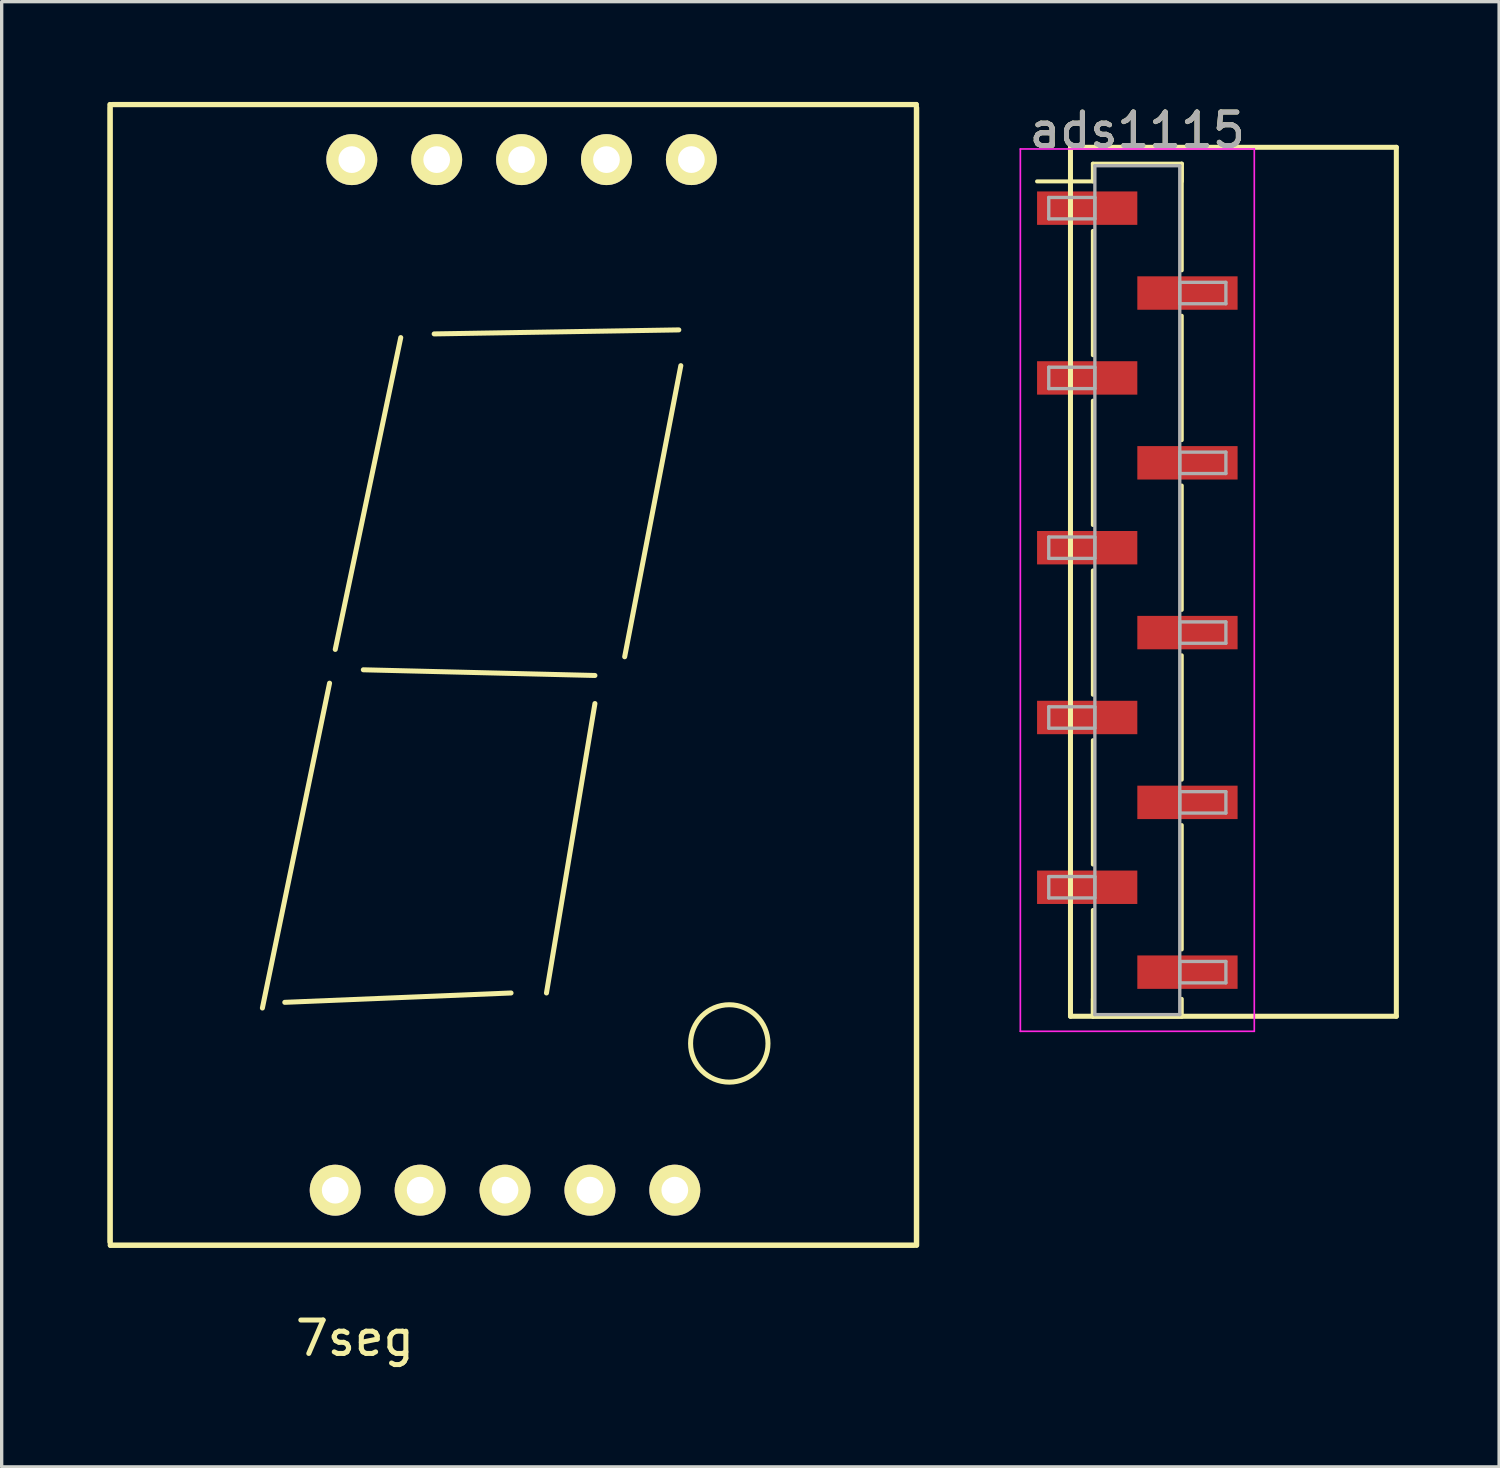
<source format=kicad_pcb>
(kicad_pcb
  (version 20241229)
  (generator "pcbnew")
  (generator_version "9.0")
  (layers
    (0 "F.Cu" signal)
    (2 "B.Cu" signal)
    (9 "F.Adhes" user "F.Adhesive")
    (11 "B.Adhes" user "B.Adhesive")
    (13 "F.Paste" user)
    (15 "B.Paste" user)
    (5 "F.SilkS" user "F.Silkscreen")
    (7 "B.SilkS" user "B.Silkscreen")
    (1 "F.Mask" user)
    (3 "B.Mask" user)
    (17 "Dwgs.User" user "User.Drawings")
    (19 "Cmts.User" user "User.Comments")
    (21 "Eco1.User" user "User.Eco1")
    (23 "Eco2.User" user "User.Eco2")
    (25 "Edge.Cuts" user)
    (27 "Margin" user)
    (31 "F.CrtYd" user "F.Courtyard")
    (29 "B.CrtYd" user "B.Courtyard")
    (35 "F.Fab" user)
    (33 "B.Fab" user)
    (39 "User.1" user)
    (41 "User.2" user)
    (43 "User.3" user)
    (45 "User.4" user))
  (footprint "7seg"
    (layer "F.Cu")
    (at 0.25 34.212)
    (property "Reference" "7seg" (at 7.32 2.78 0) (layer "F.SilkS") (effects (font (size 1 1) (thickness 0.15))))
    (attr through_hole)
    (fp_line (start -0.013 -34.137) (end -0.013 -0.101) (stroke (width 0.15) (type solid)) (layer "F.SilkS"))
    (fp_line (start 0 -34.13) (end 24.05 -34.13) (stroke (width 0.15) (type solid)) (layer "F.SilkS"))
    (fp_line (start 0 0) (end 0 -34.036) (stroke (width 0.15) (type solid)) (layer "F.SilkS"))
    (fp_line (start 0 0) (end 24.05 0) (stroke (width 0.15) (type solid)) (layer "F.SilkS"))
    (fp_line (start 4.551 -7.101) (end 6.561 -16.821) (stroke (width 0.15) (type solid)) (layer "F.SilkS"))
    (fp_line (start 6.731 -17.831) (end 8.691 -27.161) (stroke (width 0.15) (type solid)) (layer "F.SilkS"))
    (fp_line (start 9.691 -27.271) (end 17.011 -27.391) (stroke (width 0.15) (type solid)) (layer "F.SilkS"))
    (fp_line (start 11.991 -7.551) (end 5.221 -7.271) (stroke (width 0.15) (type solid)) (layer "F.SilkS"))
    (fp_line (start 14.501 -17.051) (end 7.571 -17.221) (stroke (width 0.15) (type solid)) (layer "F.SilkS"))
    (fp_line (start 14.501 -16.211) (end 13.051 -7.551) (stroke (width 0.15) (type solid)) (layer "F.SilkS"))
    (fp_line (start 17.071 -26.321) (end 15.391 -17.611) (stroke (width 0.15) (type solid)) (layer "F.SilkS"))
    (fp_line (start 24.117 -34.137) (end 0.067 -34.137) (stroke (width 0.15) (type solid)) (layer "F.SilkS"))
    (fp_line (start 24.117 -34.137) (end 24.117 -0.101) (stroke (width 0.15) (type solid)) (layer "F.SilkS"))
    (fp_line (start 24.117 -0.007) (end 0.067 -0.007) (stroke (width 0.15) (type solid)) (layer "F.SilkS"))
    (fp_line (start 24.13 0) (end 24.13 -34.036) (stroke (width 0.15) (type solid)) (layer "F.SilkS"))
    (fp_circle (center 18.521 -6.041) (end 17.411 -6.371) (stroke (width 0.15) (type solid)) (fill no) (layer "F.SilkS"))
    (pad "1" thru_hole circle (at 6.73 -1.65) (size 1.524 1.524) (drill 0.8) (layers "*.Cu" "*.Mask" "F.SilkS"))
    (pad "2" thru_hole circle (at 9.271 -1.651) (size 1.524 1.524) (drill 0.8) (layers "*.Cu" "*.Mask" "F.SilkS"))
    (pad "3" thru_hole circle (at 11.811 -1.651) (size 1.524 1.524) (drill 0.8) (layers "*.Cu" "*.Mask" "F.SilkS"))
    (pad "4" thru_hole circle (at 14.351 -1.651) (size 1.524 1.524) (drill 0.8) (layers "*.Cu" "*.Mask" "F.SilkS"))
    (pad "5" thru_hole circle (at 16.891 -1.651) (size 1.524 1.524) (drill 0.8) (layers "*.Cu" "*.Mask" "F.SilkS"))
    (pad "6" thru_hole circle (at 17.387 -32.487 180) (size 1.524 1.524) (drill 0.8) (layers "*.Cu" "*.Mask" "F.SilkS"))
    (pad "7" thru_hole circle (at 14.846 -32.486 180) (size 1.524 1.524) (drill 0.8) (layers "*.Cu" "*.Mask" "F.SilkS"))
    (pad "8" thru_hole circle (at 12.306 -32.486 180) (size 1.524 1.524) (drill 0.8) (layers "*.Cu" "*.Mask" "F.SilkS"))
    (pad "9" thru_hole circle (at 9.766 -32.486 180) (size 1.524 1.524) (drill 0.8) (layers "*.Cu" "*.Mask" "F.SilkS"))
    (pad "10" thru_hole circle (at 7.226 -32.486 180) (size 1.524 1.524) (drill 0.8) (layers "*.Cu" "*.Mask" "F.SilkS")))
  (footprint "ads1115"
    (layer "F.Cu")
    (at 33.98 13.358)
    (property "Reference" "ads1115" (at -3 -12.51 0) (layer "F.SilkS") (effects (font (size 1 1) (thickness 0.15))))
    (attr smd)
    (fp_line (start -5 -12) (end -5 14) (stroke (width 0.15) (type solid)) (layer "F.SilkS"))
    (fp_line (start -5 14) (end 4.75 14) (stroke (width 0.15) (type solid)) (layer "F.SilkS"))
    (fp_line (start -4.33 -11.51) (end -1.67 -11.51) (stroke (width 0.12) (type solid)) (layer "F.SilkS"))
    (fp_line (start -4.33 -10.98) (end -6 -10.98) (stroke (width 0.12) (type solid)) (layer "F.SilkS"))
    (fp_line (start -4.33 -10.98) (end -4.33 -11.51) (stroke (width 0.12) (type solid)) (layer "F.SilkS"))
    (fp_line (start -4.33 -9.5) (end -4.33 -5.78) (stroke (width 0.12) (type solid)) (layer "F.SilkS"))
    (fp_line (start -4.33 -4.42) (end -4.33 -0.7) (stroke (width 0.12) (type solid)) (layer "F.SilkS"))
    (fp_line (start -4.33 0.66) (end -4.33 4.38) (stroke (width 0.12) (type solid)) (layer "F.SilkS"))
    (fp_line (start -4.33 5.74) (end -4.33 9.46) (stroke (width 0.12) (type solid)) (layer "F.SilkS"))
    (fp_line (start -4.33 10.82) (end -4.33 14.01) (stroke (width 0.12) (type solid)) (layer "F.SilkS"))
    (fp_line (start -4.33 13.48) (end -4.33 14.01) (stroke (width 0.12) (type solid)) (layer "F.SilkS"))
    (fp_line (start -4.33 14.01) (end -1.67 14.01) (stroke (width 0.12) (type solid)) (layer "F.SilkS"))
    (fp_line (start -1.67 -11.51) (end -1.67 -10.98) (stroke (width 0.12) (type solid)) (layer "F.SilkS"))
    (fp_line (start -1.67 -11.51) (end -1.67 -8.32) (stroke (width 0.12) (type solid)) (layer "F.SilkS"))
    (fp_line (start -1.67 -6.96) (end -1.67 -3.24) (stroke (width 0.12) (type solid)) (layer "F.SilkS"))
    (fp_line (start -1.67 -1.88) (end -1.67 1.84) (stroke (width 0.12) (type solid)) (layer "F.SilkS"))
    (fp_line (start -1.67 3.2) (end -1.67 6.92) (stroke (width 0.12) (type solid)) (layer "F.SilkS"))
    (fp_line (start -1.67 8.28) (end -1.67 12) (stroke (width 0.12) (type solid)) (layer "F.SilkS"))
    (fp_line (start -1.67 14.01) (end -1.67 13.48) (stroke (width 0.12) (type solid)) (layer "F.SilkS"))
    (fp_line (start 4.75 -12) (end -5 -12) (stroke (width 0.15) (type solid)) (layer "F.SilkS"))
    (fp_line (start 4.75 14) (end 4.75 -12) (stroke (width 0.15) (type solid)) (layer "F.SilkS"))
    (fp_line (start -6.5 -11.95) (end -6.5 14.45) (stroke (width 0.05) (type solid)) (layer "F.CrtYd"))
    (fp_line (start -6.5 14.45) (end 0.5 14.45) (stroke (width 0.05) (type solid)) (layer "F.CrtYd"))
    (fp_line (start 0.5 -11.95) (end -6.5 -11.95) (stroke (width 0.05) (type solid)) (layer "F.CrtYd"))
    (fp_line (start 0.5 14.45) (end 0.5 -11.95) (stroke (width 0.05) (type solid)) (layer "F.CrtYd"))
    (fp_line (start -5.65 -10.5) (end -4.27 -10.5) (stroke (width 0.1) (type solid)) (layer "F.Fab"))
    (fp_line (start -5.65 -9.86) (end -5.65 -10.5) (stroke (width 0.1) (type solid)) (layer "F.Fab"))
    (fp_line (start -5.65 -5.42) (end -4.27 -5.42) (stroke (width 0.1) (type solid)) (layer "F.Fab"))
    (fp_line (start -5.65 -4.78) (end -5.65 -5.42) (stroke (width 0.1) (type solid)) (layer "F.Fab"))
    (fp_line (start -5.65 -0.34) (end -4.27 -0.34) (stroke (width 0.1) (type solid)) (layer "F.Fab"))
    (fp_line (start -5.65 0.3) (end -5.65 -0.34) (stroke (width 0.1) (type solid)) (layer "F.Fab"))
    (fp_line (start -5.65 4.74) (end -4.27 4.74) (stroke (width 0.1) (type solid)) (layer "F.Fab"))
    (fp_line (start -5.65 5.38) (end -5.65 4.74) (stroke (width 0.1) (type solid)) (layer "F.Fab"))
    (fp_line (start -5.65 9.82) (end -4.27 9.82) (stroke (width 0.1) (type solid)) (layer "F.Fab"))
    (fp_line (start -5.65 10.46) (end -5.65 9.82) (stroke (width 0.1) (type solid)) (layer "F.Fab"))
    (fp_line (start -4.27 -11.45) (end -4.27 13.95) (stroke (width 0.1) (type solid)) (layer "F.Fab"))
    (fp_line (start -4.27 -10.5) (end -4.27 -9.86) (stroke (width 0.1) (type solid)) (layer "F.Fab"))
    (fp_line (start -4.27 -9.86) (end -5.65 -9.86) (stroke (width 0.1) (type solid)) (layer "F.Fab"))
    (fp_line (start -4.27 -5.42) (end -4.27 -4.78) (stroke (width 0.1) (type solid)) (layer "F.Fab"))
    (fp_line (start -4.27 -4.78) (end -5.65 -4.78) (stroke (width 0.1) (type solid)) (layer "F.Fab"))
    (fp_line (start -4.27 -0.34) (end -4.27 0.3) (stroke (width 0.1) (type solid)) (layer "F.Fab"))
    (fp_line (start -4.27 0.3) (end -5.65 0.3) (stroke (width 0.1) (type solid)) (layer "F.Fab"))
    (fp_line (start -4.27 4.74) (end -4.27 5.38) (stroke (width 0.1) (type solid)) (layer "F.Fab"))
    (fp_line (start -4.27 5.38) (end -5.65 5.38) (stroke (width 0.1) (type solid)) (layer "F.Fab"))
    (fp_line (start -4.27 9.82) (end -4.27 10.46) (stroke (width 0.1) (type solid)) (layer "F.Fab"))
    (fp_line (start -4.27 10.46) (end -5.65 10.46) (stroke (width 0.1) (type solid)) (layer "F.Fab"))
    (fp_line (start -4.27 13.95) (end -1.73 13.95) (stroke (width 0.1) (type solid)) (layer "F.Fab"))
    (fp_line (start -1.73 -11.45) (end -4.27 -11.45) (stroke (width 0.1) (type solid)) (layer "F.Fab"))
    (fp_line (start -1.73 -7.96) (end -1.73 -7.32) (stroke (width 0.1) (type solid)) (layer "F.Fab"))
    (fp_line (start -1.73 -7.32) (end -0.35 -7.32) (stroke (width 0.1) (type solid)) (layer "F.Fab"))
    (fp_line (start -1.73 -2.88) (end -1.73 -2.24) (stroke (width 0.1) (type solid)) (layer "F.Fab"))
    (fp_line (start -1.73 -2.24) (end -0.35 -2.24) (stroke (width 0.1) (type solid)) (layer "F.Fab"))
    (fp_line (start -1.73 2.2) (end -1.73 2.84) (stroke (width 0.1) (type solid)) (layer "F.Fab"))
    (fp_line (start -1.73 2.84) (end -0.35 2.84) (stroke (width 0.1) (type solid)) (layer "F.Fab"))
    (fp_line (start -1.73 7.28) (end -1.73 7.92) (stroke (width 0.1) (type solid)) (layer "F.Fab"))
    (fp_line (start -1.73 7.92) (end -0.35 7.92) (stroke (width 0.1) (type solid)) (layer "F.Fab"))
    (fp_line (start -1.73 12.36) (end -1.73 13) (stroke (width 0.1) (type solid)) (layer "F.Fab"))
    (fp_line (start -1.73 13) (end -0.35 13) (stroke (width 0.1) (type solid)) (layer "F.Fab"))
    (fp_line (start -1.73 13.95) (end -1.73 -11.45) (stroke (width 0.1) (type solid)) (layer "F.Fab"))
    (fp_line (start -0.35 -7.96) (end -1.73 -7.96) (stroke (width 0.1) (type solid)) (layer "F.Fab"))
    (fp_line (start -0.35 -7.32) (end -0.35 -7.96) (stroke (width 0.1) (type solid)) (layer "F.Fab"))
    (fp_line (start -0.35 -2.88) (end -1.73 -2.88) (stroke (width 0.1) (type solid)) (layer "F.Fab"))
    (fp_line (start -0.35 -2.24) (end -0.35 -2.88) (stroke (width 0.1) (type solid)) (layer "F.Fab"))
    (fp_line (start -0.35 2.2) (end -1.73 2.2) (stroke (width 0.1) (type solid)) (layer "F.Fab"))
    (fp_line (start -0.35 2.84) (end -0.35 2.2) (stroke (width 0.1) (type solid)) (layer "F.Fab"))
    (fp_line (start -0.35 7.28) (end -1.73 7.28) (stroke (width 0.1) (type solid)) (layer "F.Fab"))
    (fp_line (start -0.35 7.92) (end -0.35 7.28) (stroke (width 0.1) (type solid)) (layer "F.Fab"))
    (fp_line (start -0.35 12.36) (end -1.73 12.36) (stroke (width 0.1) (type solid)) (layer "F.Fab"))
    (fp_line (start -0.35 13) (end -0.35 12.36) (stroke (width 0.1) (type solid)) (layer "F.Fab"))
    (fp_text user "${REFERENCE}" (at -3 -12.51 0) (layer "F.Fab") (effects (font (size 1 1) (thickness 0.15))))
    (pad "1" smd rect (at -4.5 -10.18) (size 3 1) (layers "F.Cu" "F.Mask" "F.Paste"))
    (pad "2" smd rect (at -1.5 -7.64) (size 3 1) (layers "F.Cu" "F.Mask" "F.Paste"))
    (pad "3" smd rect (at -4.5 -5.1) (size 3 1) (layers "F.Cu" "F.Mask" "F.Paste"))
    (pad "4" smd rect (at -1.5 -2.56) (size 3 1) (layers "F.Cu" "F.Mask" "F.Paste"))
    (pad "5" smd rect (at -4.5 -0.02) (size 3 1) (layers "F.Cu" "F.Mask" "F.Paste"))
    (pad "6" smd rect (at -1.5 2.52) (size 3 1) (layers "F.Cu" "F.Mask" "F.Paste"))
    (pad "7" smd rect (at -4.5 5.06) (size 3 1) (layers "F.Cu" "F.Mask" "F.Paste"))
    (pad "8" smd rect (at -1.5 7.6) (size 3 1) (layers "F.Cu" "F.Mask" "F.Paste"))
    (pad "9" smd rect (at -4.5 10.14) (size 3 1) (layers "F.Cu" "F.Mask" "F.Paste"))
    (pad "10" smd rect (at -1.5 12.68) (size 3 1) (layers "F.Cu" "F.Mask" "F.Paste")))
  (gr_rect
    (start -3 -3)
    (end 41.805 40.84)
    (stroke (width 0.1) (type default))
    (fill no)
    (layer "Edge.Cuts")))
</source>
